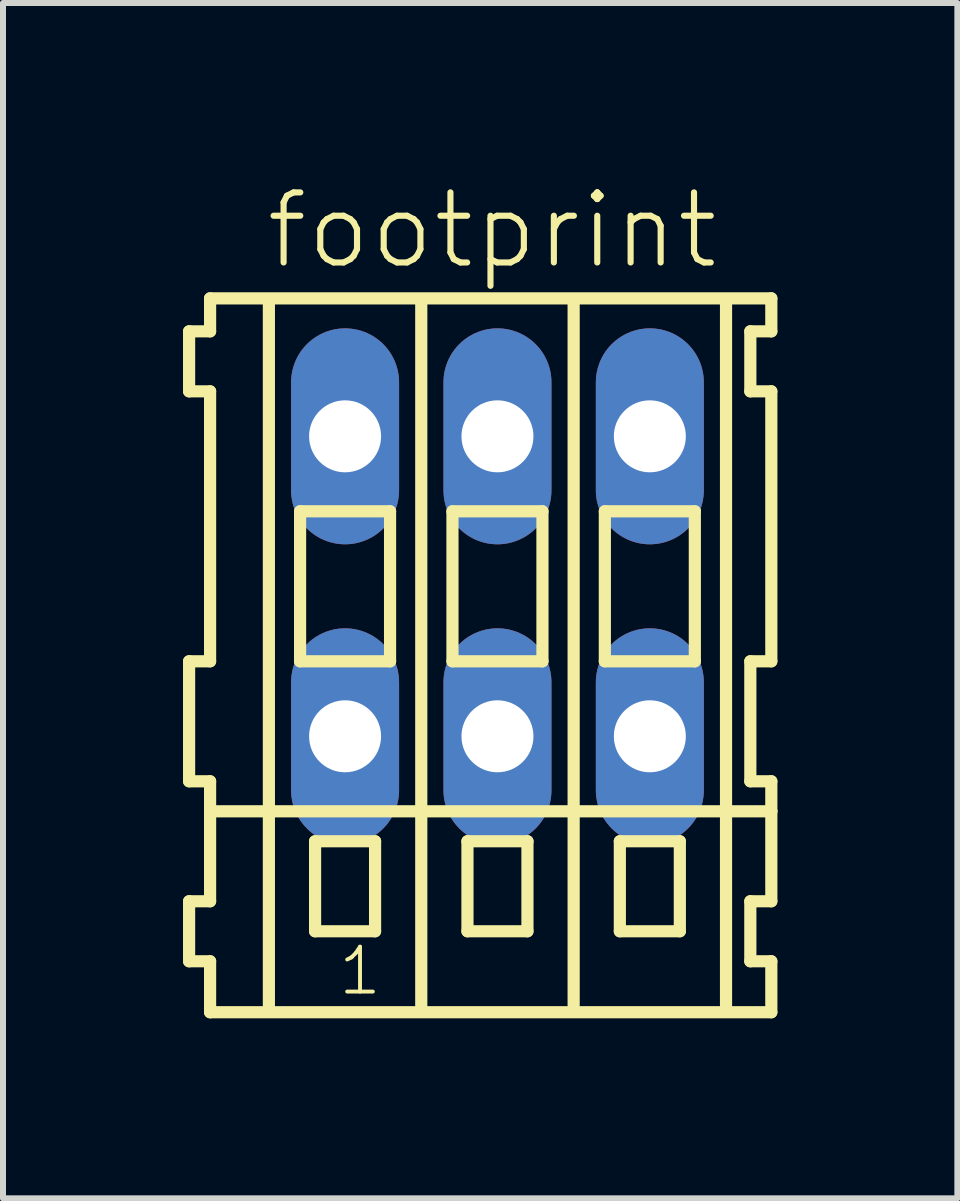
<source format=kicad_pcb>
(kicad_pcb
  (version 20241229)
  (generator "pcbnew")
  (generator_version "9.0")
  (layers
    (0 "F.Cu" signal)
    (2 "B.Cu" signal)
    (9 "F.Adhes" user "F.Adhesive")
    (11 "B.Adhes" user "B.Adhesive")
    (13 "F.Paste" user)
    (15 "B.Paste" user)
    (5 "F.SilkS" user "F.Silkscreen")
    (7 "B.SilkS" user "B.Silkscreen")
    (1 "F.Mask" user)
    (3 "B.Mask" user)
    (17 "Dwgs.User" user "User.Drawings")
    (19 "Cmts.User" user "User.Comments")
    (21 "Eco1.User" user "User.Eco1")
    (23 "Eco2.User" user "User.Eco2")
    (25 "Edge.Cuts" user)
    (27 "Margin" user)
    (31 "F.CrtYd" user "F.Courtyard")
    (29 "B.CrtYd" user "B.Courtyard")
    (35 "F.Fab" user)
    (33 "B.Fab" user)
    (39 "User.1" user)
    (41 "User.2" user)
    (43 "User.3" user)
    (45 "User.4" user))
  (footprint "footprint"
    (layer "F.Cu")
    (at 5.242 6.723)
    (property "Reference" "footprint" (at -3.91 -5.25 0) (layer "F.SilkS") (effects (font (size 1.168 1.168) (thickness 0.102)) (justify left bottom)))
    (fp_line (start -5.14 -4.25) (end -5.14 -3.25) (stroke (width 0.203) (type solid)) (layer "F.SilkS"))
    (fp_line (start -5.14 -3.25) (end -4.79 -3.25) (stroke (width 0.203) (type solid)) (layer "F.SilkS"))
    (fp_line (start -5.14 1.25) (end -5.14 3.25) (stroke (width 0.203) (type solid)) (layer "F.SilkS"))
    (fp_line (start -5.14 3.25) (end -4.79 3.25) (stroke (width 0.203) (type solid)) (layer "F.SilkS"))
    (fp_line (start -5.14 5.25) (end -5.14 6.25) (stroke (width 0.203) (type solid)) (layer "F.SilkS"))
    (fp_line (start -5.14 6.25) (end -4.79 6.25) (stroke (width 0.203) (type solid)) (layer "F.SilkS"))
    (fp_line (start -4.79 -4.8) (end -4.79 -4.25) (stroke (width 0.203) (type solid)) (layer "F.SilkS"))
    (fp_line (start -4.79 -4.25) (end -5.14 -4.25) (stroke (width 0.203) (type solid)) (layer "F.SilkS"))
    (fp_line (start -4.79 -3.25) (end -4.79 1.25) (stroke (width 0.203) (type solid)) (layer "F.SilkS"))
    (fp_line (start -4.79 1.25) (end -5.14 1.25) (stroke (width 0.203) (type solid)) (layer "F.SilkS"))
    (fp_line (start -4.79 3.25) (end -4.79 5.25) (stroke (width 0.203) (type solid)) (layer "F.SilkS"))
    (fp_line (start -4.79 3.75) (end 4.565 3.75) (stroke (width 0.203) (type solid)) (layer "F.SilkS"))
    (fp_line (start -4.79 5.25) (end -5.14 5.25) (stroke (width 0.203) (type solid)) (layer "F.SilkS"))
    (fp_line (start -4.79 6.25) (end -4.79 7.1) (stroke (width 0.203) (type solid)) (layer "F.SilkS"))
    (fp_line (start -4.79 7.1) (end 4.565 7.1) (stroke (width 0.203) (type solid)) (layer "F.SilkS"))
    (fp_line (start -3.81 6.985) (end -3.81 -4.699) (stroke (width 0.203) (type solid)) (layer "F.SilkS"))
    (fp_line (start -3.29 -1.25) (end -3.29 1.25) (stroke (width 0.203) (type solid)) (layer "F.SilkS"))
    (fp_line (start -3.29 1.25) (end -1.79 1.25) (stroke (width 0.203) (type solid)) (layer "F.SilkS"))
    (fp_line (start -3.04 4.25) (end -3.04 5.75) (stroke (width 0.203) (type solid)) (layer "F.SilkS"))
    (fp_line (start -3.04 5.75) (end -2.04 5.75) (stroke (width 0.203) (type solid)) (layer "F.SilkS"))
    (fp_line (start -2.04 4.25) (end -3.04 4.25) (stroke (width 0.203) (type solid)) (layer "F.SilkS"))
    (fp_line (start -2.04 5.75) (end -2.04 4.25) (stroke (width 0.203) (type solid)) (layer "F.SilkS"))
    (fp_line (start -1.79 -1.25) (end -3.29 -1.25) (stroke (width 0.203) (type solid)) (layer "F.SilkS"))
    (fp_line (start -1.79 1.25) (end -1.79 -1.25) (stroke (width 0.203) (type solid)) (layer "F.SilkS"))
    (fp_line (start -1.27 6.985) (end -1.27 -4.699) (stroke (width 0.203) (type solid)) (layer "F.SilkS"))
    (fp_line (start -0.75 -1.25) (end -0.75 1.25) (stroke (width 0.203) (type solid)) (layer "F.SilkS"))
    (fp_line (start -0.75 1.25) (end 0.75 1.25) (stroke (width 0.203) (type solid)) (layer "F.SilkS"))
    (fp_line (start -0.5 4.25) (end -0.5 5.75) (stroke (width 0.203) (type solid)) (layer "F.SilkS"))
    (fp_line (start -0.5 5.75) (end 0.5 5.75) (stroke (width 0.203) (type solid)) (layer "F.SilkS"))
    (fp_line (start 0.5 4.25) (end -0.5 4.25) (stroke (width 0.203) (type solid)) (layer "F.SilkS"))
    (fp_line (start 0.5 5.75) (end 0.5 4.25) (stroke (width 0.203) (type solid)) (layer "F.SilkS"))
    (fp_line (start 0.75 -1.25) (end -0.75 -1.25) (stroke (width 0.203) (type solid)) (layer "F.SilkS"))
    (fp_line (start 0.75 1.25) (end 0.75 -1.25) (stroke (width 0.203) (type solid)) (layer "F.SilkS"))
    (fp_line (start 1.27 6.985) (end 1.27 -4.699) (stroke (width 0.203) (type solid)) (layer "F.SilkS"))
    (fp_line (start 1.79 -1.25) (end 1.79 1.25) (stroke (width 0.203) (type solid)) (layer "F.SilkS"))
    (fp_line (start 1.79 1.25) (end 3.29 1.25) (stroke (width 0.203) (type solid)) (layer "F.SilkS"))
    (fp_line (start 2.04 4.25) (end 2.04 5.75) (stroke (width 0.203) (type solid)) (layer "F.SilkS"))
    (fp_line (start 2.04 5.75) (end 3.04 5.75) (stroke (width 0.203) (type solid)) (layer "F.SilkS"))
    (fp_line (start 3.04 4.25) (end 2.04 4.25) (stroke (width 0.203) (type solid)) (layer "F.SilkS"))
    (fp_line (start 3.04 5.75) (end 3.04 4.25) (stroke (width 0.203) (type solid)) (layer "F.SilkS"))
    (fp_line (start 3.29 -1.25) (end 1.79 -1.25) (stroke (width 0.203) (type solid)) (layer "F.SilkS"))
    (fp_line (start 3.29 1.25) (end 3.29 -1.25) (stroke (width 0.203) (type solid)) (layer "F.SilkS"))
    (fp_line (start 3.81 6.985) (end 3.81 -4.699) (stroke (width 0.203) (type solid)) (layer "F.SilkS"))
    (fp_line (start 4.215 -4.25) (end 4.215 -3.25) (stroke (width 0.203) (type solid)) (layer "F.SilkS"))
    (fp_line (start 4.215 -3.25) (end 4.565 -3.25) (stroke (width 0.203) (type solid)) (layer "F.SilkS"))
    (fp_line (start 4.215 1.25) (end 4.215 3.25) (stroke (width 0.203) (type solid)) (layer "F.SilkS"))
    (fp_line (start 4.215 3.25) (end 4.565 3.25) (stroke (width 0.203) (type solid)) (layer "F.SilkS"))
    (fp_line (start 4.215 5.25) (end 4.215 6.25) (stroke (width 0.203) (type solid)) (layer "F.SilkS"))
    (fp_line (start 4.215 6.25) (end 4.565 6.25) (stroke (width 0.203) (type solid)) (layer "F.SilkS"))
    (fp_line (start 4.565 -4.8) (end -4.79 -4.8) (stroke (width 0.203) (type solid)) (layer "F.SilkS"))
    (fp_line (start 4.565 -4.25) (end 4.215 -4.25) (stroke (width 0.203) (type solid)) (layer "F.SilkS"))
    (fp_line (start 4.565 -4.25) (end 4.565 -4.8) (stroke (width 0.203) (type solid)) (layer "F.SilkS"))
    (fp_line (start 4.565 1.25) (end 4.215 1.25) (stroke (width 0.203) (type solid)) (layer "F.SilkS"))
    (fp_line (start 4.565 1.25) (end 4.565 -3.25) (stroke (width 0.203) (type solid)) (layer "F.SilkS"))
    (fp_line (start 4.565 3.75) (end 4.565 3.25) (stroke (width 0.203) (type solid)) (layer "F.SilkS"))
    (fp_line (start 4.565 5.25) (end 4.215 5.25) (stroke (width 0.203) (type solid)) (layer "F.SilkS"))
    (fp_line (start 4.565 5.25) (end 4.565 3.75) (stroke (width 0.203) (type solid)) (layer "F.SilkS"))
    (fp_line (start 4.565 7.1) (end 4.565 6.25) (stroke (width 0.203) (type solid)) (layer "F.SilkS"))
    (fp_text user "1" (at -2.69 6.85 0) (layer "F.SilkS") (effects (font (size 0.748 0.748) (thickness 0.065)) (justify left bottom)))
    (pad "A1" thru_hole oval (at -2.54 -2.5 90) (size 3.6 1.8) (drill 1.2) (layers "*.Cu" "*.Mask"))
    (pad "A2" thru_hole oval (at 0 -2.5 90) (size 3.6 1.8) (drill 1.2) (layers "*.Cu" "*.Mask"))
    (pad "A3" thru_hole oval (at 2.54 -2.5 90) (size 3.6 1.8) (drill 1.2) (layers "*.Cu" "*.Mask"))
    (pad "B1" thru_hole oval (at -2.54 2.5 90) (size 3.6 1.8) (drill 1.2) (layers "*.Cu" "*.Mask"))
    (pad "B2" thru_hole oval (at 0 2.5 90) (size 3.6 1.8) (drill 1.2) (layers "*.Cu" "*.Mask"))
    (pad "B3" thru_hole oval (at 2.54 2.5 90) (size 3.6 1.8) (drill 1.2) (layers "*.Cu" "*.Mask")))
  (gr_rect
    (start -3 -3)
    (end 12.908 16.925)
    (stroke (width 0.1) (type default))
    (fill no)
    (layer "Edge.Cuts")))
</source>
